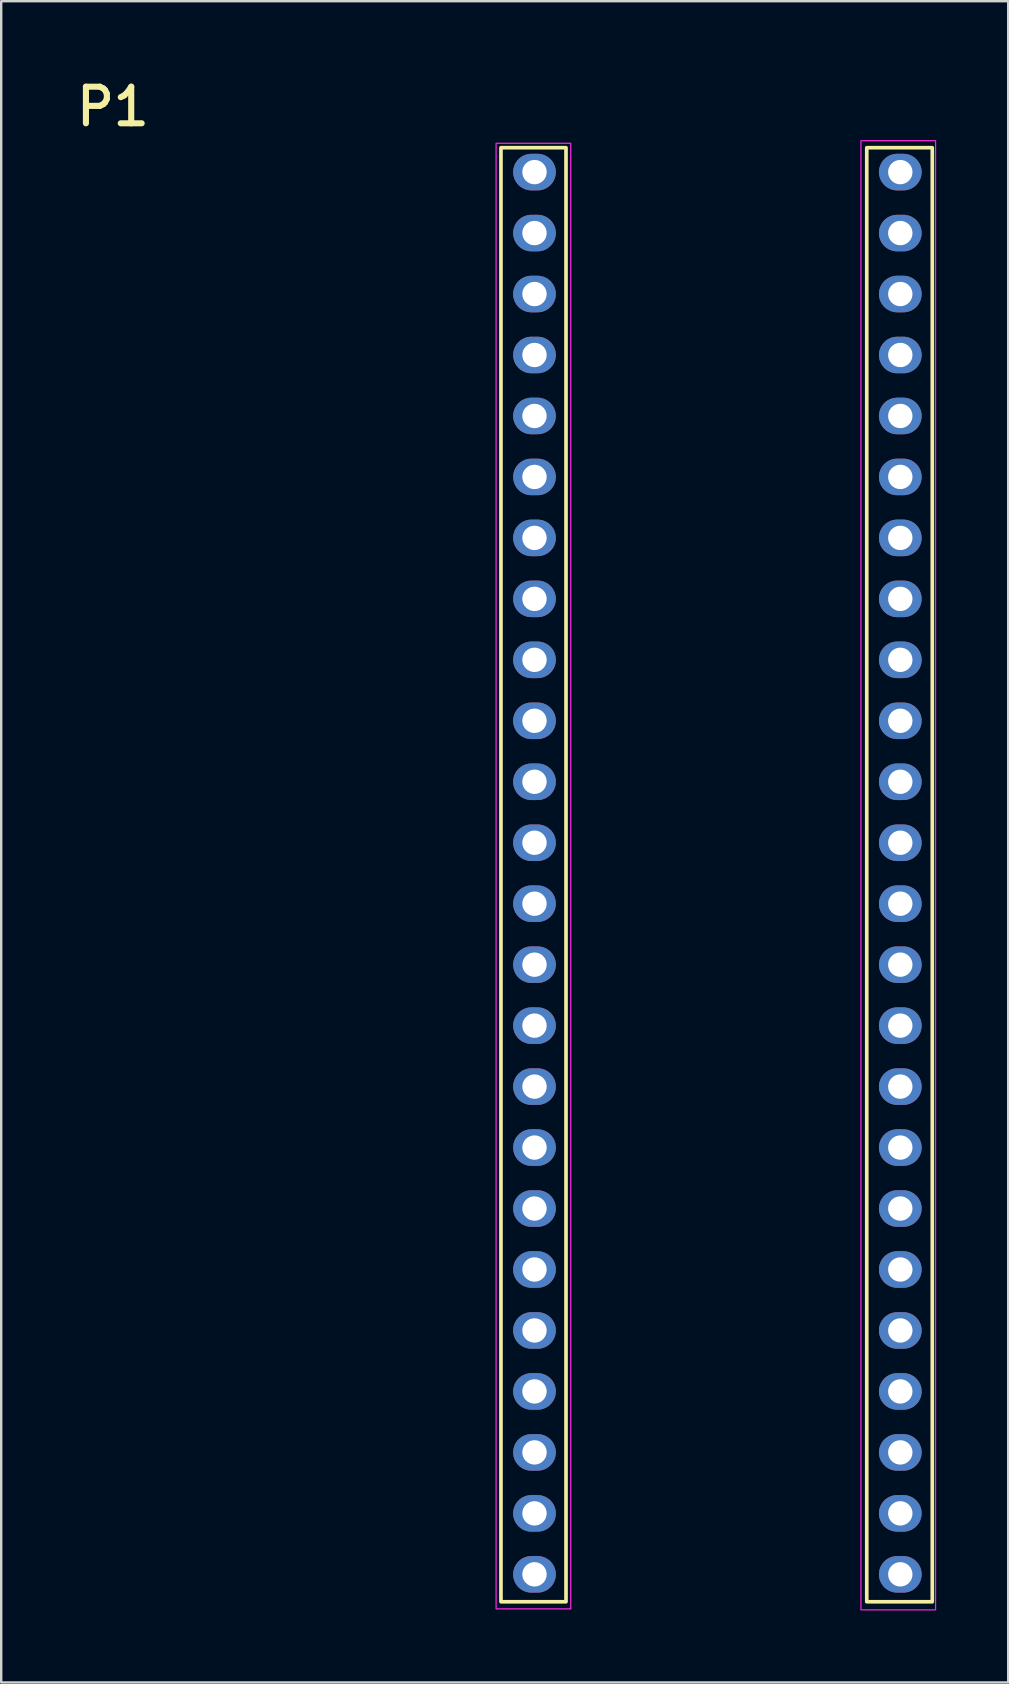
<source format=kicad_pcb>
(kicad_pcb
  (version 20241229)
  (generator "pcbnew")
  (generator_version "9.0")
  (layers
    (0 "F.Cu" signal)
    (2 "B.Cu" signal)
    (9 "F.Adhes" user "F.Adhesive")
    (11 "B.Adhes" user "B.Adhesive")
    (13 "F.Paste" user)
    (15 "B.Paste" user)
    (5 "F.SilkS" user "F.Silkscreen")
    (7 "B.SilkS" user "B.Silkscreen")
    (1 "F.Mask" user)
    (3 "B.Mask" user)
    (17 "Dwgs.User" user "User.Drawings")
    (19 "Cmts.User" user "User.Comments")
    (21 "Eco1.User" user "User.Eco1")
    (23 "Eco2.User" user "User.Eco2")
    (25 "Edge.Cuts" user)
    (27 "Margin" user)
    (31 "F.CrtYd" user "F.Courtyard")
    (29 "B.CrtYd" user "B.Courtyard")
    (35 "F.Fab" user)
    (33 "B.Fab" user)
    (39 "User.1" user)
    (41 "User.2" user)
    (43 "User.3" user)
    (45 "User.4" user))
  (footprint "P1"
    (layer "F.Cu")
    (at 27.051 2.794)
    (property "Reference" "P1" (at -27.051 -0.508 0) (unlocked yes) (layer "F.SilkS") (effects (font (size 1.524 1.524) (thickness 0.254)) (justify left bottom)))
    (attr through_hole)
    (fp_poly (pts (xy -6.52 0.31) (xy -9.23 0.31) (xy -9.23 60.889) (xy -6.52 60.889)) (stroke (width 0.152) (type solid)) (fill no) (layer "F.SilkS"))
    (fp_poly (pts (xy 8.74 60.889) (xy 6.01 60.889) (xy 6.01 0.31) (xy 8.74 0.31)) (stroke (width 0.152) (type solid)) (fill no) (layer "F.SilkS"))
    (fp_rect (start -9.433 0.126) (end -6.323 61.186) (stroke (width 0.05) (type solid)) (fill no) (layer "F.CrtYd"))
    (fp_rect (start 5.767 0.016) (end 8.877 61.226) (stroke (width 0.05) (type solid)) (fill no) (layer "F.CrtYd"))
    (pad "1" thru_hole oval (at 7.407 1.326) (size 1.778 1.524) (drill 1.016) (layers "*.Cu" "*.Mask"))
    (pad "2" thru_hole oval (at 7.407 3.866) (size 1.778 1.524) (drill 1.016) (layers "*.Cu" "*.Mask"))
    (pad "3" thru_hole oval (at 7.407 6.406) (size 1.778 1.524) (drill 1.016) (layers "*.Cu" "*.Mask"))
    (pad "4" thru_hole oval (at 7.407 8.946) (size 1.778 1.524) (drill 1.016) (layers "*.Cu" "*.Mask"))
    (pad "5" thru_hole oval (at 7.407 11.486) (size 1.778 1.524) (drill 1.016) (layers "*.Cu" "*.Mask"))
    (pad "6" thru_hole oval (at 7.407 14.026) (size 1.778 1.524) (drill 1.016) (layers "*.Cu" "*.Mask"))
    (pad "7" thru_hole oval (at 7.407 16.566) (size 1.778 1.524) (drill 1.016) (layers "*.Cu" "*.Mask"))
    (pad "8" thru_hole oval (at 7.407 19.106) (size 1.778 1.524) (drill 1.016) (layers "*.Cu" "*.Mask"))
    (pad "9" thru_hole oval (at 7.407 21.646) (size 1.778 1.524) (drill 1.016) (layers "*.Cu" "*.Mask"))
    (pad "10" thru_hole oval (at 7.407 24.186) (size 1.778 1.524) (drill 1.016) (layers "*.Cu" "*.Mask"))
    (pad "11" thru_hole oval (at 7.407 26.726) (size 1.778 1.524) (drill 1.016) (layers "*.Cu" "*.Mask"))
    (pad "12" thru_hole oval (at 7.407 29.266) (size 1.778 1.524) (drill 1.016) (layers "*.Cu" "*.Mask"))
    (pad "13" thru_hole oval (at 7.407 31.806) (size 1.778 1.524) (drill 1.016) (layers "*.Cu" "*.Mask"))
    (pad "14" thru_hole oval (at 7.407 34.346) (size 1.778 1.524) (drill 1.016) (layers "*.Cu" "*.Mask"))
    (pad "15" thru_hole oval (at 7.407 36.886) (size 1.778 1.524) (drill 1.016) (layers "*.Cu" "*.Mask"))
    (pad "16" thru_hole oval (at 7.407 39.426) (size 1.778 1.524) (drill 1.016) (layers "*.Cu" "*.Mask"))
    (pad "17" thru_hole oval (at 7.407 41.966) (size 1.778 1.524) (drill 1.016) (layers "*.Cu" "*.Mask"))
    (pad "18" thru_hole oval (at 7.407 44.506) (size 1.778 1.524) (drill 1.016) (layers "*.Cu" "*.Mask"))
    (pad "19" thru_hole oval (at 7.407 47.046) (size 1.778 1.524) (drill 1.016) (layers "*.Cu" "*.Mask"))
    (pad "20" thru_hole oval (at 7.407 49.586) (size 1.778 1.524) (drill 1.016) (layers "*.Cu" "*.Mask"))
    (pad "21" thru_hole oval (at 7.407 52.126 180) (size 1.778 1.524) (drill 1.016) (layers "*.Cu" "*.Mask"))
    (pad "22" thru_hole oval (at 7.407 54.666 180) (size 1.778 1.524) (drill 1.016) (layers "*.Cu" "*.Mask"))
    (pad "23" thru_hole oval (at 7.407 57.206 180) (size 1.778 1.524) (drill 1.016) (layers "*.Cu" "*.Mask"))
    (pad "24" thru_hole oval (at 7.407 59.746 180) (size 1.778 1.524) (drill 1.016) (layers "*.Cu" "*.Mask"))
    (pad "25" thru_hole oval (at -7.833 59.746) (size 1.778 1.524) (drill 1.016) (layers "*.Cu" "*.Mask"))
    (pad "26" thru_hole oval (at -7.833 57.206) (size 1.778 1.524) (drill 1.016) (layers "*.Cu" "*.Mask"))
    (pad "27" thru_hole oval (at -7.833 54.666) (size 1.778 1.524) (drill 1.016) (layers "*.Cu" "*.Mask"))
    (pad "28" thru_hole oval (at -7.833 52.126) (size 1.778 1.524) (drill 1.016) (layers "*.Cu" "*.Mask"))
    (pad "29" thru_hole oval (at -7.833 49.586) (size 1.778 1.524) (drill 1.016) (layers "*.Cu" "*.Mask"))
    (pad "30" thru_hole oval (at -7.833 47.046) (size 1.778 1.524) (drill 1.016) (layers "*.Cu" "*.Mask"))
    (pad "31" thru_hole oval (at -7.833 44.506) (size 1.778 1.524) (drill 1.016) (layers "*.Cu" "*.Mask"))
    (pad "32" thru_hole oval (at -7.833 41.966) (size 1.778 1.524) (drill 1.016) (layers "*.Cu" "*.Mask"))
    (pad "33" thru_hole oval (at -7.833 39.426) (size 1.778 1.524) (drill 1.016) (layers "*.Cu" "*.Mask"))
    (pad "34" thru_hole oval (at -7.833 36.886) (size 1.778 1.524) (drill 1.016) (layers "*.Cu" "*.Mask"))
    (pad "35" thru_hole oval (at -7.833 34.346) (size 1.778 1.524) (drill 1.016) (layers "*.Cu" "*.Mask"))
    (pad "36" thru_hole oval (at -7.833 31.806) (size 1.778 1.524) (drill 1.016) (layers "*.Cu" "*.Mask"))
    (pad "37" thru_hole oval (at -7.833 29.266) (size 1.778 1.524) (drill 1.016) (layers "*.Cu" "*.Mask"))
    (pad "38" thru_hole oval (at -7.833 26.726) (size 1.778 1.524) (drill 1.016) (layers "*.Cu" "*.Mask"))
    (pad "39" thru_hole oval (at -7.833 24.186) (size 1.778 1.524) (drill 1.016) (layers "*.Cu" "*.Mask"))
    (pad "40" thru_hole oval (at -7.833 21.646) (size 1.778 1.524) (drill 1.016) (layers "*.Cu" "*.Mask"))
    (pad "41" thru_hole oval (at -7.833 19.106) (size 1.778 1.524) (drill 1.016) (layers "*.Cu" "*.Mask"))
    (pad "42" thru_hole oval (at -7.833 16.566) (size 1.778 1.524) (drill 1.016) (layers "*.Cu" "*.Mask"))
    (pad "43" thru_hole oval (at -7.833 14.026) (size 1.778 1.524) (drill 1.016) (layers "*.Cu" "*.Mask"))
    (pad "44" thru_hole oval (at -7.833 11.486) (size 1.778 1.524) (drill 1.016) (layers "*.Cu" "*.Mask"))
    (pad "45" thru_hole oval (at -7.833 8.946) (size 1.778 1.524) (drill 1.016) (layers "*.Cu" "*.Mask"))
    (pad "46" thru_hole oval (at -7.833 6.406) (size 1.778 1.524) (drill 1.016) (layers "*.Cu" "*.Mask"))
    (pad "47" thru_hole oval (at -7.833 3.866) (size 1.778 1.524) (drill 1.016) (layers "*.Cu" "*.Mask"))
    (pad "48" thru_hole oval (at -7.833 1.326) (size 1.778 1.524) (drill 1.016) (layers "*.Cu" "*.Mask")))
  (gr_rect
    (start -3 -3)
    (end 38.953 67.045)
    (stroke (width 0.1) (type default))
    (fill no)
    (layer "Edge.Cuts")))
</source>
